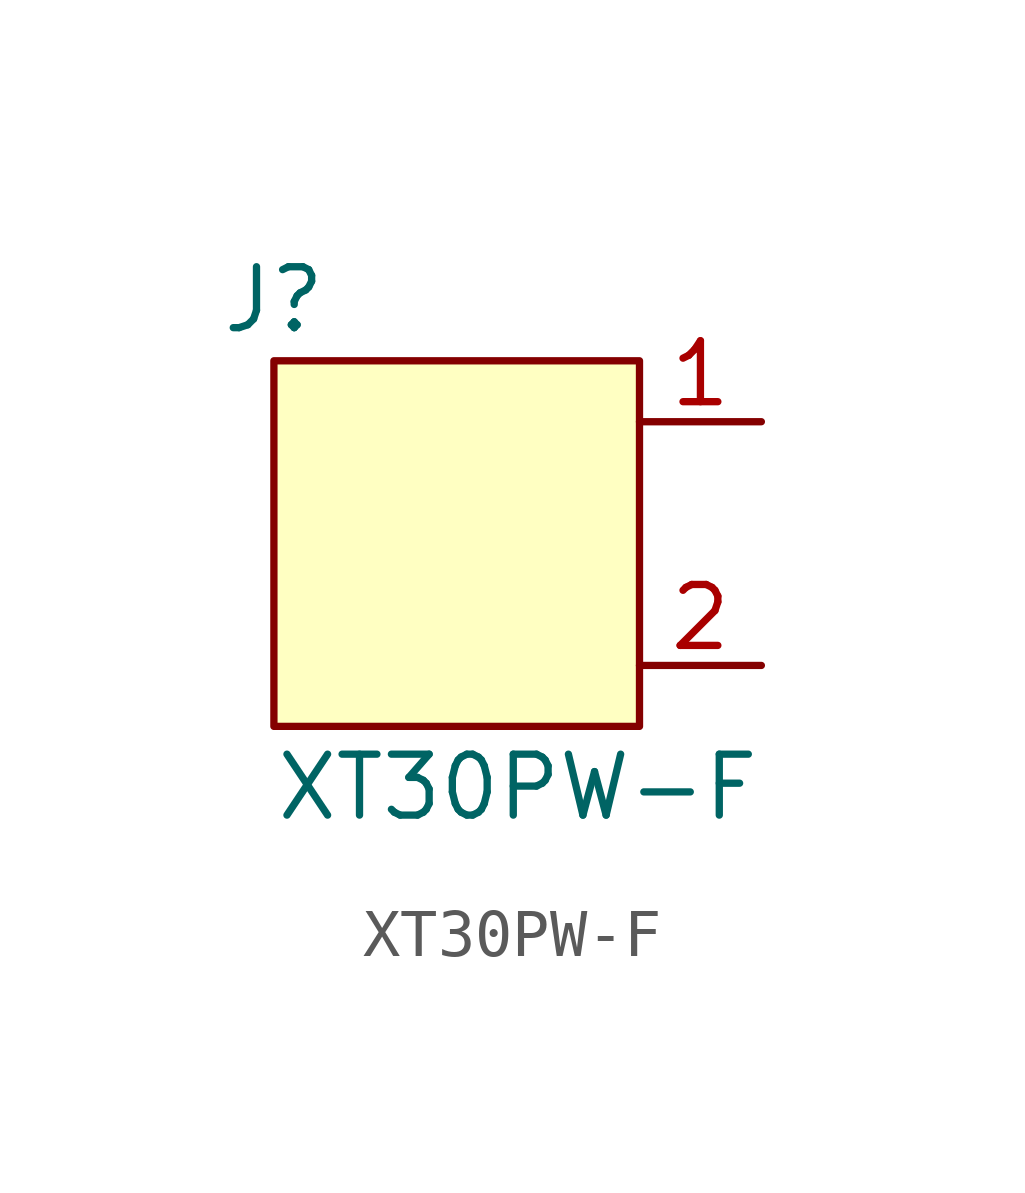
<source format=kicad_sym>
(kicad_symbol_lib
  (version 20231120)
  (generator "kicad_symbol_editor")
  (generator_version "8.0")
  (symbol "XT30PW-F"
    (property "Reference" "J"
      (at -3.81 5.08 0)
      (effects (font (size 1.27 1.27))))
    (property "Value" "XT30PW-F"
      (at 1.27 -5.08 0)
      (effects (font (size 1.27 1.27))))
    (symbol "XT30PW-F_0_1"
      (rectangle (start -3.81 3.81) (end 3.81 -3.81) (stroke (width 0) (type default)) (fill (type background))))
    (symbol "XT30PW-F_1_1"
      (pin passive line (at 6.35 2.54 180) (length 2.54) (name "" (effects (font (size 1.27 1.27)))) (number "1" (effects (font (size 1.27 1.27)))))
      (pin passive line (at 6.35 -2.54 180) (length 2.54) (name "" (effects (font (size 1.27 1.27)))) (number "2" (effects (font (size 1.27 1.27))))))))
</source>
